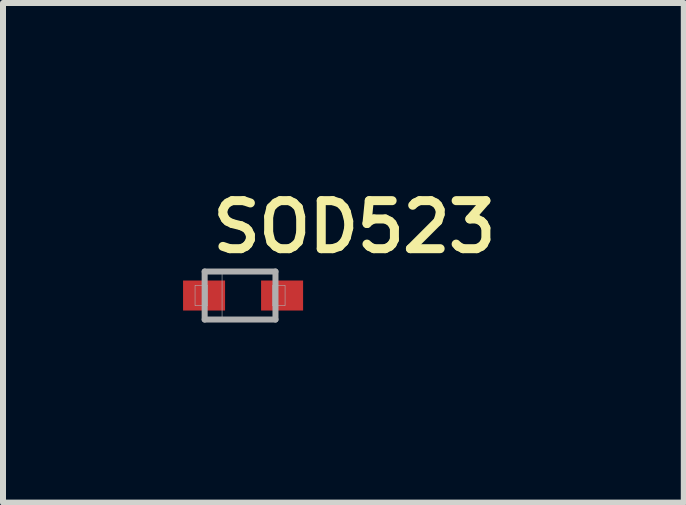
<source format=kicad_pcb>
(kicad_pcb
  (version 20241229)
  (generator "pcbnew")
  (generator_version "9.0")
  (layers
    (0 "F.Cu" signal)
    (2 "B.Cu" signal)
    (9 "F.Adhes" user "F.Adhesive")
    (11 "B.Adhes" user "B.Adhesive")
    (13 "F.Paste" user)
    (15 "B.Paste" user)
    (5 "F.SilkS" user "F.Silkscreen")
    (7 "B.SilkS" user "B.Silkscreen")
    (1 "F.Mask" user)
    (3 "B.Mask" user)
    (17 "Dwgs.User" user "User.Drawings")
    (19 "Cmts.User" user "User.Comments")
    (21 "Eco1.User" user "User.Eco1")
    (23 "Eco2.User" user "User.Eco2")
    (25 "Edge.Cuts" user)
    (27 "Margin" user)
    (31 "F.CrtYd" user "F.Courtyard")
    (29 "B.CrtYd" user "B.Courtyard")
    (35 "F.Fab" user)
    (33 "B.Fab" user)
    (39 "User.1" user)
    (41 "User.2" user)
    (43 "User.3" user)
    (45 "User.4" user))
  (footprint "SOD523"
    (layer "F.Cu")
    (at 0.95 1.874)
    (property "Reference" "SOD523" (at 1.905 -1.143 0) (layer "F.SilkS") (effects (font (size 0.8 0.8) (thickness 0.15))))
    (attr smd)
    (fp_line (start -0.59 -0.4) (end 0.59 -0.4) (stroke (width 0.1) (type solid)) (layer "F.Fab"))
    (fp_line (start -0.59 0.4) (end -0.59 -0.4) (stroke (width 0.1) (type solid)) (layer "F.Fab"))
    (fp_line (start 0.59 -0.4) (end 0.59 0.4) (stroke (width 0.1) (type solid)) (layer "F.Fab"))
    (fp_line (start 0.59 0.4) (end -0.59 0.4) (stroke (width 0.1) (type solid)) (layer "F.Fab"))
    (fp_poly (pts (xy -0.75 -0.17) (xy -0.54 -0.17) (xy -0.54 0.17) (xy -0.75 0.17)) (stroke (width 0.01) (type solid)) (fill no) (layer "F.Fab"))
    (fp_poly (pts (xy -0.59 -0.4) (xy -0.3 -0.4) (xy -0.3 0.4) (xy -0.59 0.4)) (stroke (width 0.01) (type solid)) (fill no) (layer "F.Fab"))
    (fp_poly (pts (xy 0.54 -0.17) (xy 0.75 -0.17) (xy 0.75 0.17) (xy 0.54 0.17)) (stroke (width 0.01) (type solid)) (fill no) (layer "F.Fab"))
    (pad "A" smd rect (at 0.7 0) (size 0.7 0.5) (layers "F.Cu" "F.Mask" "F.Paste"))
    (pad "K" smd rect (at -0.6 0) (size 0.7 0.5) (layers "F.Cu" "F.Mask" "F.Paste")))
  (gr_rect
    (start -3 -3)
    (end 8.343 5.324)
    (stroke (width 0.1) (type default))
    (fill no)
    (layer "Edge.Cuts")))
</source>
